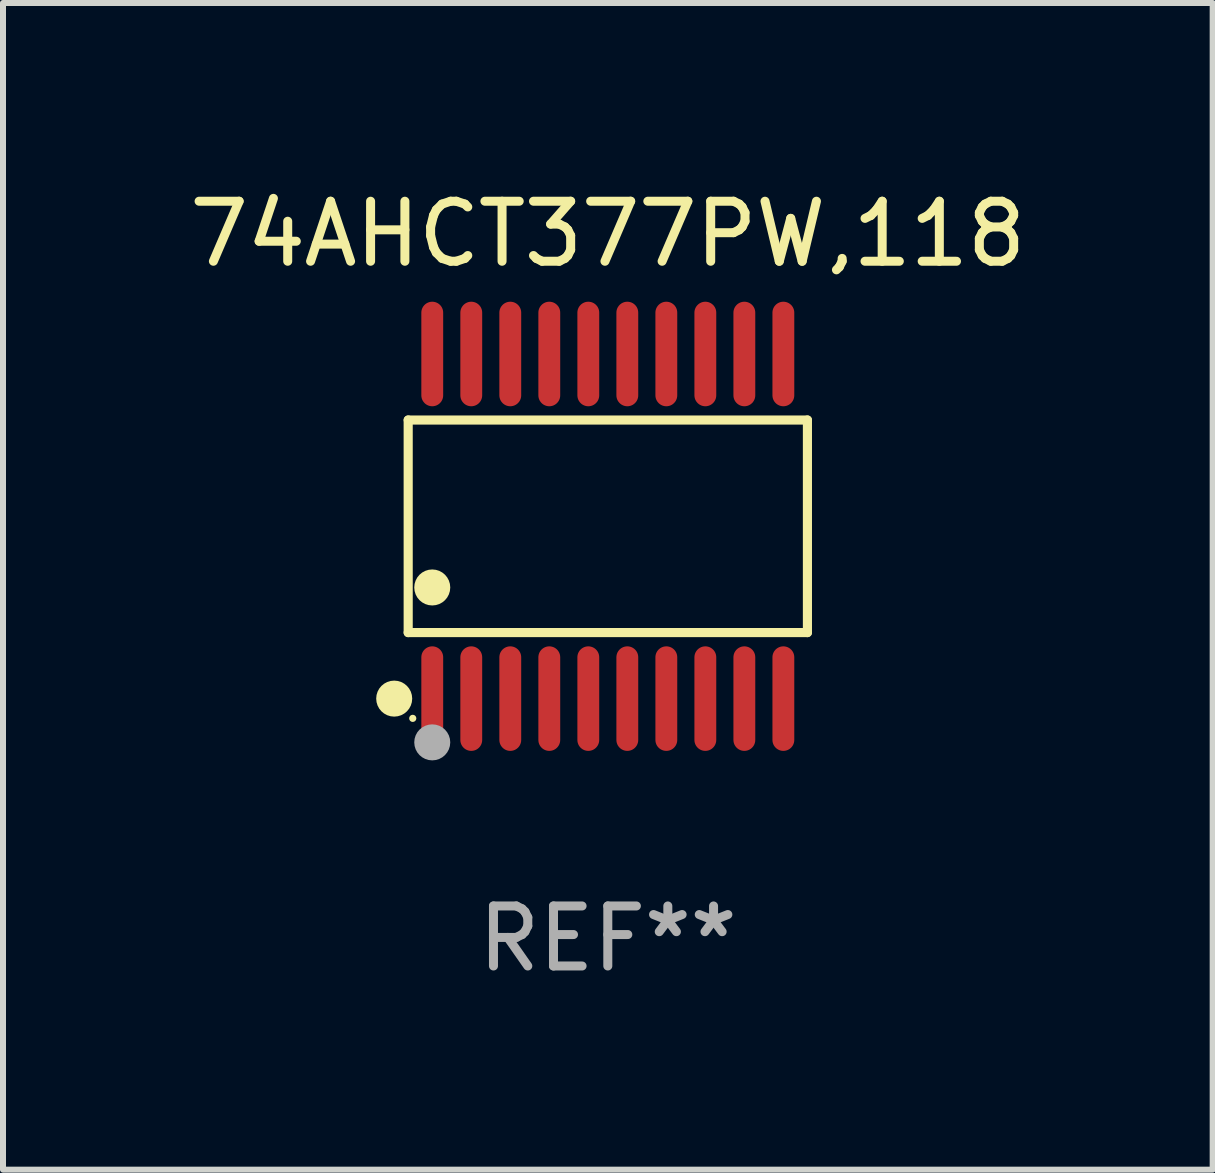
<source format=kicad_pcb>
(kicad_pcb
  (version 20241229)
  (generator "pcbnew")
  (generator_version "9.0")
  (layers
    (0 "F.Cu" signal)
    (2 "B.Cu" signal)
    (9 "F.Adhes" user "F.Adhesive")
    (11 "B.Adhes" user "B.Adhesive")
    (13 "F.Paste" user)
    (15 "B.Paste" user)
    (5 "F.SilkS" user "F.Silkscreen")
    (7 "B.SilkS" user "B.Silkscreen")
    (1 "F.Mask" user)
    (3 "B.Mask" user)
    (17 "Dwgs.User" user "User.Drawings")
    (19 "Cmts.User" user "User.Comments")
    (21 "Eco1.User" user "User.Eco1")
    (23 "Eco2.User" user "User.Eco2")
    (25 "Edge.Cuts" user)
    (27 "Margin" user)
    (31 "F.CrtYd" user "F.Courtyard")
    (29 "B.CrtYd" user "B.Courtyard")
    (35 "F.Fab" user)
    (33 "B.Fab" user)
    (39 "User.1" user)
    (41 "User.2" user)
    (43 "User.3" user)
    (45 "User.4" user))
  (footprint "74AHCT377PW,118"
    (layer "F.Cu")
    (at 7.077 5.719)
    (property "Reference" "74AHCT377PW,118" (at 0 -4.871 0) (layer "F.SilkS") (effects (font (size 1 1) (thickness 0.15))))
    (attr through_hole)
    (fp_line (start -3.326 -1.771) (end 3.326 -1.771) (stroke (width 0.152) (type solid)) (layer "F.SilkS"))
    (fp_line (start -3.326 1.771) (end -3.326 -1.771) (stroke (width 0.152) (type solid)) (layer "F.SilkS"))
    (fp_line (start 3.326 -1.771) (end 3.326 1.771) (stroke (width 0.152) (type solid)) (layer "F.SilkS"))
    (fp_line (start 3.326 1.771) (end -3.326 1.771) (stroke (width 0.152) (type solid)) (layer "F.SilkS"))
    (fp_circle (center -3.559 2.871) (end -3.409 2.871) (stroke (width 0.3) (type solid)) (fill no) (layer "F.SilkS"))
    (fp_circle (center -3.25 3.2) (end -3.22 3.2) (stroke (width 0.06) (type solid)) (fill no) (layer "F.SilkS"))
    (fp_circle (center -2.925 1.019) (end -2.775 1.019) (stroke (width 0.3) (type solid)) (fill no) (layer "F.SilkS"))
    (fp_circle (center -2.925 3.6) (end -2.775 3.6) (stroke (width 0.3) (type solid)) (fill no) (layer "F.Fab"))
    (fp_text user "REF**" (at 0 6.871 0) (layer "F.Fab") (effects (font (size 1 1) (thickness 0.15))))
    (pad "1" smd oval (at -2.925 2.871) (size 0.364 1.742) (layers "F.Cu" "F.Mask" "F.Paste"))
    (pad "2" smd oval (at -2.275 2.871) (size 0.364 1.742) (layers "F.Cu" "F.Mask" "F.Paste"))
    (pad "3" smd oval (at -1.625 2.871) (size 0.364 1.742) (layers "F.Cu" "F.Mask" "F.Paste"))
    (pad "4" smd oval (at -0.975 2.871) (size 0.364 1.742) (layers "F.Cu" "F.Mask" "F.Paste"))
    (pad "5" smd oval (at -0.325 2.871) (size 0.364 1.742) (layers "F.Cu" "F.Mask" "F.Paste"))
    (pad "6" smd oval (at 0.325 2.871) (size 0.364 1.742) (layers "F.Cu" "F.Mask" "F.Paste"))
    (pad "7" smd oval (at 0.975 2.871) (size 0.364 1.742) (layers "F.Cu" "F.Mask" "F.Paste"))
    (pad "8" smd oval (at 1.625 2.871) (size 0.364 1.742) (layers "F.Cu" "F.Mask" "F.Paste"))
    (pad "9" smd oval (at 2.275 2.871) (size 0.364 1.742) (layers "F.Cu" "F.Mask" "F.Paste"))
    (pad "10" smd oval (at 2.925 2.871) (size 0.364 1.742) (layers "F.Cu" "F.Mask" "F.Paste"))
    (pad "11" smd oval (at 2.925 -2.871) (size 0.364 1.742) (layers "F.Cu" "F.Mask" "F.Paste"))
    (pad "12" smd oval (at 2.275 -2.871) (size 0.364 1.742) (layers "F.Cu" "F.Mask" "F.Paste"))
    (pad "13" smd oval (at 1.625 -2.871) (size 0.364 1.742) (layers "F.Cu" "F.Mask" "F.Paste"))
    (pad "14" smd oval (at 0.975 -2.871) (size 0.364 1.742) (layers "F.Cu" "F.Mask" "F.Paste"))
    (pad "15" smd oval (at 0.325 -2.871) (size 0.364 1.742) (layers "F.Cu" "F.Mask" "F.Paste"))
    (pad "16" smd oval (at -0.325 -2.871) (size 0.364 1.742) (layers "F.Cu" "F.Mask" "F.Paste"))
    (pad "17" smd oval (at -0.975 -2.871) (size 0.364 1.742) (layers "F.Cu" "F.Mask" "F.Paste"))
    (pad "18" smd oval (at -1.625 -2.871) (size 0.364 1.742) (layers "F.Cu" "F.Mask" "F.Paste"))
    (pad "19" smd oval (at -2.275 -2.871) (size 0.364 1.742) (layers "F.Cu" "F.Mask" "F.Paste"))
    (pad "20" smd oval (at -2.925 -2.871) (size 0.364 1.742) (layers "F.Cu" "F.Mask" "F.Paste")))
  (gr_rect
    (start -3 -3)
    (end 17.155 16.438)
    (stroke (width 0.1) (type default))
    (fill no)
    (layer "Edge.Cuts")))
</source>
